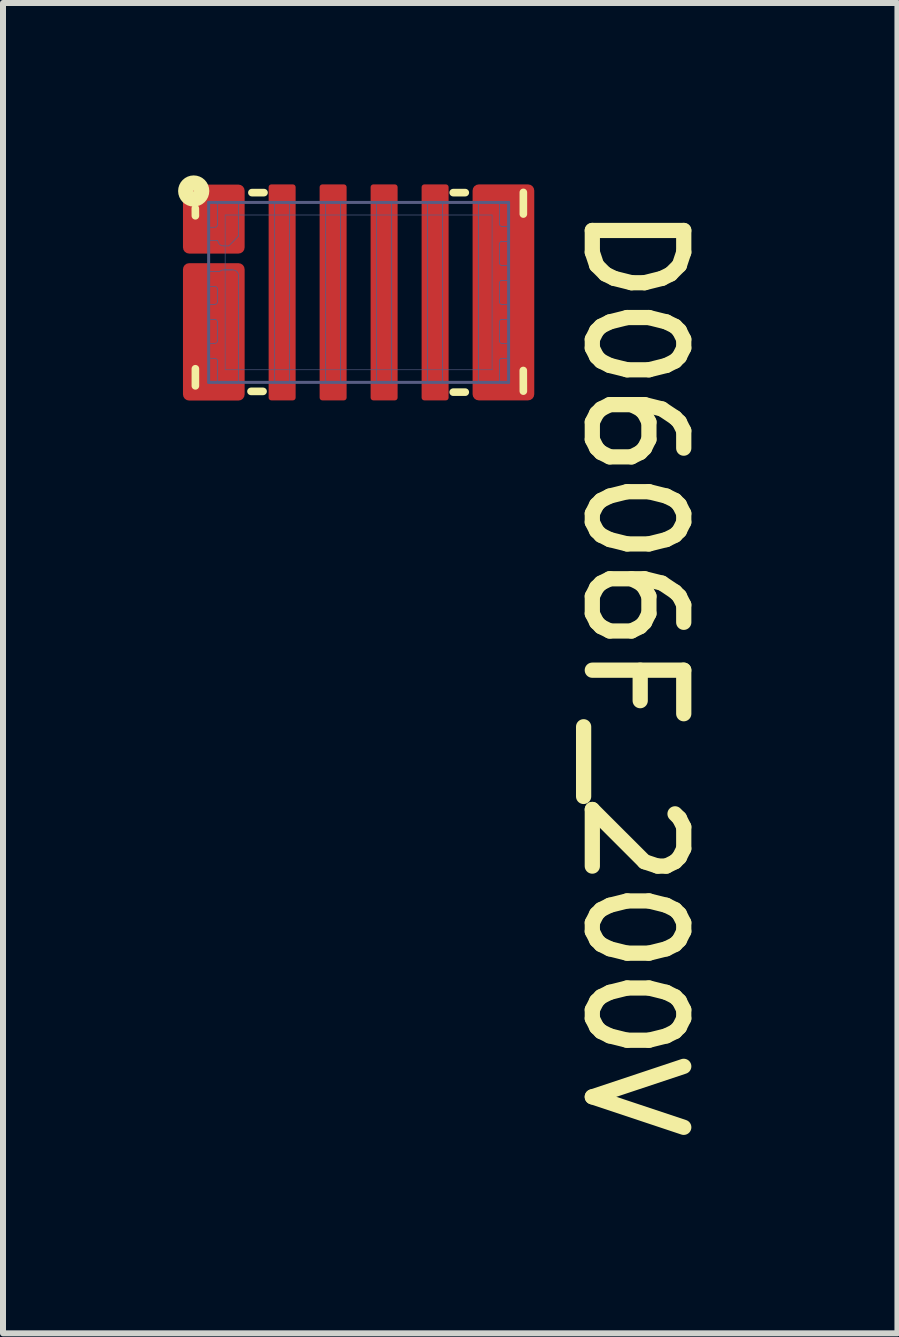
<source format=kicad_pcb>
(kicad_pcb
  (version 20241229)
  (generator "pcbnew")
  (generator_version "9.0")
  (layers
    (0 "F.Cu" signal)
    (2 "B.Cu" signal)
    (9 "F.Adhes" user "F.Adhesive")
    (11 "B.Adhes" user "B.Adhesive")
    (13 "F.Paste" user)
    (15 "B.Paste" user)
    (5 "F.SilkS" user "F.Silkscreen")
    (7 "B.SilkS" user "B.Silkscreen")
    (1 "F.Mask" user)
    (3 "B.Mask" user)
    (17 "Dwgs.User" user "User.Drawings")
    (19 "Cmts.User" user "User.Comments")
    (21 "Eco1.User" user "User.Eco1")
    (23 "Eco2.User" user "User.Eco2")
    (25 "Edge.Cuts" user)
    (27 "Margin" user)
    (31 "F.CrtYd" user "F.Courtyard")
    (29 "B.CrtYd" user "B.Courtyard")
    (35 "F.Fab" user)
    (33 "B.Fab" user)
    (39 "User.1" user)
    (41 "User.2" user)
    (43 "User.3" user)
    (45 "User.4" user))
  (footprint "D0606F_200V"
    (layer "F.Cu")
    (at 2.928 1.824)
    (property "Reference" "D0606F_200V" (at 3.696 -1.562 270) (unlocked yes) (layer "F.SilkS") (effects (font (size 1.524 1.524) (thickness 0.254)) (justify left bottom)))
    (attr smd)
    (fp_poly (pts (xy -2.657 -0.844) (xy -2.019 -0.844) (xy -2.019 -1.106) (xy -2.657 -1.106)) (stroke (width 0.087) (type solid)) (fill yes) (layer "F.Mask"))
    (fp_poly (pts (xy -2.657 -0.094) (xy -2.019 -0.094) (xy -2.019 -0.356) (xy -2.657 -0.356)) (stroke (width 0.087) (type solid)) (fill yes) (layer "F.Mask"))
    (fp_poly (pts (xy -2.657 0.456) (xy -2.019 0.456) (xy -2.019 0.194) (xy -2.657 0.194)) (stroke (width 0.087) (type solid)) (fill yes) (layer "F.Mask"))
    (fp_poly (pts (xy -2.657 1.106) (xy -2.019 1.106) (xy -2.019 0.844) (xy -2.657 0.844)) (stroke (width 0.087) (type solid)) (fill yes) (layer "F.Mask"))
    (fp_poly (pts (xy -2.025 -0.764) (xy -2.025 -1.649) (xy -2.325 -1.649) (xy -2.325 -0.764)) (stroke (width 0.1) (type solid)) (fill yes) (layer "F.Mask"))
    (fp_poly (pts (xy -2.025 1.65) (xy -2.025 -0.325) (xy -2.325 -0.325) (xy -2.325 1.65)) (stroke (width 0.1) (type solid)) (fill yes) (layer "F.Mask"))
    (fp_poly (pts (xy -1.163 1.663) (xy -1.163 -1.663) (xy -1.387 -1.663) (xy -1.387 1.663)) (stroke (width 0.075) (type solid)) (fill yes) (layer "F.Mask"))
    (fp_poly (pts (xy -0.312 1.663) (xy -0.312 -1.663) (xy -0.537 -1.663) (xy -0.537 1.663)) (stroke (width 0.075) (type solid)) (fill yes) (layer "F.Mask"))
    (fp_poly (pts (xy 0.537 1.663) (xy 0.537 -1.663) (xy 0.312 -1.663) (xy 0.312 1.663)) (stroke (width 0.075) (type solid)) (fill yes) (layer "F.Mask"))
    (fp_poly (pts (xy 1.387 1.663) (xy 1.387 -1.663) (xy 1.163 -1.663) (xy 1.163 1.663)) (stroke (width 0.075) (type solid)) (fill yes) (layer "F.Mask"))
    (fp_poly (pts (xy 2.325 1.65) (xy 2.325 -1.65) (xy 2.026 -1.65) (xy 2.026 1.65)) (stroke (width 0.1) (type solid)) (fill yes) (layer "F.Mask"))
    (fp_poly (pts (xy 2.654 -1.114) (xy 2.022 -1.114) (xy 2.022 -0.836) (xy 2.654 -0.836)) (stroke (width 0.092) (type solid)) (fill yes) (layer "F.Mask"))
    (fp_poly (pts (xy 2.654 -0.464) (xy 2.022 -0.464) (xy 2.022 -0.186) (xy 2.654 -0.186)) (stroke (width 0.092) (type solid)) (fill yes) (layer "F.Mask"))
    (fp_poly (pts (xy 2.654 0.186) (xy 2.022 0.186) (xy 2.022 0.464) (xy 2.654 0.464)) (stroke (width 0.092) (type solid)) (fill yes) (layer "F.Mask"))
    (fp_poly (pts (xy 2.654 0.836) (xy 2.022 0.836) (xy 2.022 1.114) (xy 2.654 1.114)) (stroke (width 0.092) (type solid)) (fill yes) (layer "F.Mask"))
    (fp_line (start -2.722 -1.399) (end -2.721 -1.277) (stroke (width 0.127) (type solid)) (layer "F.SilkS"))
    (fp_line (start -2.721 1.273) (end -2.721 1.558) (stroke (width 0.127) (type solid)) (layer "F.SilkS"))
    (fp_line (start -1.794 1.65) (end -1.593 1.65) (stroke (width 0.127) (type solid)) (layer "F.SilkS"))
    (fp_line (start -1.779 -1.663) (end -1.577 -1.663) (stroke (width 0.127) (type solid)) (layer "F.SilkS"))
    (fp_line (start 1.577 -1.663) (end 1.778 -1.663) (stroke (width 0.127) (type solid)) (layer "F.SilkS"))
    (fp_line (start 1.577 1.663) (end 1.778 1.663) (stroke (width 0.127) (type solid)) (layer "F.SilkS"))
    (fp_line (start 2.745 1.302) (end 2.746 1.646) (stroke (width 0.127) (type solid)) (layer "F.SilkS"))
    (fp_line (start 2.746 -1.667) (end 2.746 -1.306) (stroke (width 0.127) (type solid)) (layer "F.SilkS"))
    (fp_circle (center -2.749 -1.69) (end -2.743 -1.69) (stroke (width 0.254) (type solid)) (fill no) (layer "F.SilkS"))
    (fp_poly (pts (xy -2.691 -1.091) (xy -2.691 -0.859) (xy -2.553 -0.859) (xy -2.553 -1.091)) (stroke (width 0.138) (type solid)) (fill yes) (layer "F.Paste"))
    (fp_poly (pts (xy -2.691 -0.342) (xy -2.691 -0.109) (xy -2.553 -0.109) (xy -2.553 -0.342)) (stroke (width 0.138) (type solid)) (fill yes) (layer "F.Paste"))
    (fp_poly (pts (xy -2.691 0.208) (xy -2.691 0.441) (xy -2.553 0.441) (xy -2.553 0.208)) (stroke (width 0.138) (type solid)) (fill yes) (layer "F.Paste"))
    (fp_poly (pts (xy -2.691 0.858) (xy -2.691 1.091) (xy -2.553 1.091) (xy -2.553 0.858)) (stroke (width 0.138) (type solid)) (fill yes) (layer "F.Paste"))
    (fp_poly (pts (xy -2.223 -1.617) (xy -2.223 -0.807) (xy -2.058 -0.807) (xy -2.058 -1.617)) (stroke (width 0.165) (type solid)) (fill yes) (layer "F.Paste"))
    (fp_poly (pts (xy -2.223 -0.318) (xy -2.223 0.417) (xy -2.058 0.417) (xy -2.058 -0.318)) (stroke (width 0.165) (type solid)) (fill yes) (layer "F.Paste"))
    (fp_poly (pts (xy -2.223 0.782) (xy -2.223 1.617) (xy -2.058 1.617) (xy -2.058 0.782)) (stroke (width 0.165) (type solid)) (fill yes) (layer "F.Paste"))
    (fp_poly (pts (xy -1.225 -0.25) (xy -1.225 -1.65) (xy -1.325 -1.65) (xy -1.325 -0.25)) (stroke (width 0.1) (type solid)) (fill yes) (layer "F.Paste"))
    (fp_poly (pts (xy -1.225 1.65) (xy -1.225 0.25) (xy -1.325 0.25) (xy -1.325 1.65)) (stroke (width 0.1) (type solid)) (fill yes) (layer "F.Paste"))
    (fp_poly (pts (xy -0.375 -0.25) (xy -0.375 -1.65) (xy -0.475 -1.65) (xy -0.475 -0.25)) (stroke (width 0.1) (type solid)) (fill yes) (layer "F.Paste"))
    (fp_poly (pts (xy -0.375 1.65) (xy -0.375 0.25) (xy -0.475 0.25) (xy -0.475 1.65)) (stroke (width 0.1) (type solid)) (fill yes) (layer "F.Paste"))
    (fp_poly (pts (xy 0.475 -0.25) (xy 0.475 -1.65) (xy 0.375 -1.65) (xy 0.375 -0.25)) (stroke (width 0.1) (type solid)) (fill yes) (layer "F.Paste"))
    (fp_poly (pts (xy 0.475 1.65) (xy 0.475 0.25) (xy 0.375 0.25) (xy 0.375 1.65)) (stroke (width 0.1) (type solid)) (fill yes) (layer "F.Paste"))
    (fp_poly (pts (xy 1.325 -0.25) (xy 1.325 -1.65) (xy 1.225 -1.65) (xy 1.225 -0.25)) (stroke (width 0.1) (type solid)) (fill yes) (layer "F.Paste"))
    (fp_poly (pts (xy 1.325 1.65) (xy 1.325 0.25) (xy 1.225 0.25) (xy 1.225 1.65)) (stroke (width 0.1) (type solid)) (fill yes) (layer "F.Paste"))
    (fp_poly (pts (xy 2.223 -0.782) (xy 2.223 -1.617) (xy 2.058 -1.617) (xy 2.058 -0.782)) (stroke (width 0.165) (type solid)) (fill yes) (layer "F.Paste"))
    (fp_poly (pts (xy 2.223 0.417) (xy 2.223 -0.417) (xy 2.058 -0.417) (xy 2.058 0.417)) (stroke (width 0.165) (type solid)) (fill yes) (layer "F.Paste"))
    (fp_poly (pts (xy 2.223 1.617) (xy 2.223 0.782) (xy 2.058 0.782) (xy 2.058 1.617)) (stroke (width 0.165) (type solid)) (fill yes) (layer "F.Paste"))
    (fp_poly (pts (xy 2.691 -0.859) (xy 2.691 -1.091) (xy 2.553 -1.091) (xy 2.553 -0.859)) (stroke (width 0.138) (type solid)) (fill yes) (layer "F.Paste"))
    (fp_poly (pts (xy 2.691 -0.209) (xy 2.691 -0.441) (xy 2.553 -0.441) (xy 2.553 -0.209)) (stroke (width 0.138) (type solid)) (fill yes) (layer "F.Paste"))
    (fp_poly (pts (xy 2.691 0.441) (xy 2.691 0.209) (xy 2.553 0.209) (xy 2.553 0.441)) (stroke (width 0.138) (type solid)) (fill yes) (layer "F.Paste"))
    (fp_poly (pts (xy 2.691 1.091) (xy 2.691 0.859) (xy 2.553 0.859) (xy 2.553 1.091)) (stroke (width 0.138) (type solid)) (fill yes) (layer "F.Paste"))
    (fp_line (start -2.5 -1.5) (end -2.5 1.5) (stroke (width 0.05) (type solid)) (layer "B.Fab"))
    (fp_line (start -2.5 -1.5) (end 2.5 -1.5) (stroke (width 0.05) (type solid)) (layer "B.Fab"))
    (fp_line (start -2.5 -1.085) (end -2.5 -0.865) (stroke (width 0.013) (type solid)) (layer "B.Fab"))
    (fp_line (start -2.5 -1.085) (end -2.4 -1.085) (stroke (width 0.013) (type solid)) (layer "B.Fab"))
    (fp_line (start -2.5 -0.865) (end -2.349 -0.865) (stroke (width 0.013) (type solid)) (layer "B.Fab"))
    (fp_line (start -2.5 0.2) (end -2.5 0.45) (stroke (width 0.013) (type solid)) (layer "B.Fab"))
    (fp_line (start -2.5 0.2) (end -2.4 0.2) (stroke (width 0.013) (type solid)) (layer "B.Fab"))
    (fp_line (start -2.5 0.45) (end -2.4 0.45) (stroke (width 0.013) (type solid)) (layer "B.Fab"))
    (fp_line (start -2.5 0.85) (end -2.5 1.1) (stroke (width 0.013) (type solid)) (layer "B.Fab"))
    (fp_line (start -2.5 0.85) (end -2.4 0.85) (stroke (width 0.013) (type solid)) (layer "B.Fab"))
    (fp_line (start -2.5 1.1) (end -2.4 1.1) (stroke (width 0.013) (type solid)) (layer "B.Fab"))
    (fp_line (start -2.5 1.5) (end 2.5 1.5) (stroke (width 0.05) (type solid)) (layer "B.Fab"))
    (fp_line (start -2.5 -0.35) (end -2.5 -0.1) (stroke (width 0.013) (type solid)) (layer "B.Fab"))
    (fp_line (start -2.5 -0.35) (end -2.316 -0.35) (stroke (width 0.013) (type solid)) (layer "B.Fab"))
    (fp_line (start -2.5 -0.1) (end -2.4 -0.1) (stroke (width 0.013) (type solid)) (layer "B.Fab"))
    (fp_line (start -2.35 -1.5) (end -2.35 -1.135) (stroke (width 0.013) (type solid)) (layer "B.Fab"))
    (fp_line (start -2.35 -1.5) (end -2 -1.5) (stroke (width 0.013) (type solid)) (layer "B.Fab"))
    (fp_line (start -2.35 -0.05) (end -2.35 0.15) (stroke (width 0.013) (type solid)) (layer "B.Fab"))
    (fp_line (start -2.35 0.5) (end -2.35 0.8) (stroke (width 0.013) (type solid)) (layer "B.Fab"))
    (fp_line (start -2.35 1.15) (end -2.35 1.5) (stroke (width 0.013) (type solid)) (layer "B.Fab"))
    (fp_line (start -2.35 1.5) (end -2 1.5) (stroke (width 0.013) (type solid)) (layer "B.Fab"))
    (fp_line (start -2.325 -1.5) (end -2.025 -1.5) (stroke (width 0.013) (type solid)) (layer "B.Fab"))
    (fp_line (start -2.325 1.5) (end -2.025 1.5) (stroke (width 0.013) (type solid)) (layer "B.Fab"))
    (fp_line (start -2.325 1.5) (end -2.025 1.5) (stroke (width 0.013) (type solid)) (layer "B.Fab"))
    (fp_line (start -2.25 -0.775) (end -2.165 -0.775) (stroke (width 0.013) (type solid)) (layer "B.Fab"))
    (fp_line (start -2.25 -0.375) (end -2.1 -0.375) (stroke (width 0.013) (type solid)) (layer "B.Fab"))
    (fp_line (start -2.235 -0.375) (end -2.115 -0.375) (stroke (width 0.013) (type solid)) (layer "B.Fab"))
    (fp_line (start -2.225 -1.29) (end -2.225 1.29) (stroke (width 0.01) (type solid)) (layer "B.Fab"))
    (fp_line (start -2.225 -1.29) (end 2.225 -1.29) (stroke (width 0.01) (type solid)) (layer "B.Fab"))
    (fp_line (start -2.225 1.29) (end 2.225 1.29) (stroke (width 0.01) (type solid)) (layer "B.Fab"))
    (fp_line (start -2 -1.5) (end -2 -0.94) (stroke (width 0.013) (type solid)) (layer "B.Fab"))
    (fp_line (start -2 -0.94) (end -2.165 -0.775) (stroke (width 0.013) (type solid)) (layer "B.Fab"))
    (fp_line (start -2 -0.275) (end -2 1.5) (stroke (width 0.013) (type solid)) (layer "B.Fab"))
    (fp_line (start -1.4 -1.5) (end -1.4 1.5) (stroke (width 0.013) (type solid)) (layer "B.Fab"))
    (fp_line (start -1.4 -1.5) (end -1.15 -1.5) (stroke (width 0.013) (type solid)) (layer "B.Fab"))
    (fp_line (start -1.4 1.5) (end -1.15 1.5) (stroke (width 0.013) (type solid)) (layer "B.Fab"))
    (fp_line (start -1.15 -1.5) (end -1.15 1.5) (stroke (width 0.013) (type solid)) (layer "B.Fab"))
    (fp_line (start -0.55 -1.5) (end -0.55 1.5) (stroke (width 0.013) (type solid)) (layer "B.Fab"))
    (fp_line (start -0.55 -1.5) (end -0.3 -1.5) (stroke (width 0.013) (type solid)) (layer "B.Fab"))
    (fp_line (start -0.55 1.5) (end -0.3 1.5) (stroke (width 0.013) (type solid)) (layer "B.Fab"))
    (fp_line (start -0.3 -1.5) (end -0.3 1.5) (stroke (width 0.013) (type solid)) (layer "B.Fab"))
    (fp_line (start 0.3 -1.5) (end 0.3 1.5) (stroke (width 0.013) (type solid)) (layer "B.Fab"))
    (fp_line (start 0.3 -1.5) (end 0.55 -1.5) (stroke (width 0.013) (type solid)) (layer "B.Fab"))
    (fp_line (start 0.3 1.5) (end 0.55 1.5) (stroke (width 0.013) (type solid)) (layer "B.Fab"))
    (fp_line (start 0.55 -1.5) (end 0.55 1.5) (stroke (width 0.013) (type solid)) (layer "B.Fab"))
    (fp_line (start 1.15 -1.5) (end 1.15 1.5) (stroke (width 0.013) (type solid)) (layer "B.Fab"))
    (fp_line (start 1.15 -1.5) (end 1.4 -1.5) (stroke (width 0.013) (type solid)) (layer "B.Fab"))
    (fp_line (start 1.15 1.5) (end 1.4 1.5) (stroke (width 0.013) (type solid)) (layer "B.Fab"))
    (fp_line (start 1.4 -1.5) (end 1.4 1.5) (stroke (width 0.013) (type solid)) (layer "B.Fab"))
    (fp_line (start 2 -1.5) (end 2 1.5) (stroke (width 0.013) (type solid)) (layer "B.Fab"))
    (fp_line (start 2 -1.5) (end 2.35 -1.5) (stroke (width 0.013) (type solid)) (layer "B.Fab"))
    (fp_line (start 2 1.5) (end 2.35 1.5) (stroke (width 0.013) (type solid)) (layer "B.Fab"))
    (fp_line (start 2.225 -1.29) (end 2.225 1.29) (stroke (width 0.01) (type solid)) (layer "B.Fab"))
    (fp_line (start 2.35 -1.5) (end 2.35 -1.135) (stroke (width 0.013) (type solid)) (layer "B.Fab"))
    (fp_line (start 2.35 -0.815) (end 2.35 -0.485) (stroke (width 0.013) (type solid)) (layer "B.Fab"))
    (fp_line (start 2.35 -0.165) (end 2.35 0.165) (stroke (width 0.013) (type solid)) (layer "B.Fab"))
    (fp_line (start 2.35 0.485) (end 2.35 0.815) (stroke (width 0.013) (type solid)) (layer "B.Fab"))
    (fp_line (start 2.35 1.135) (end 2.35 1.5) (stroke (width 0.013) (type solid)) (layer "B.Fab"))
    (fp_line (start 2.385 -1.1) (end 2.5 -1.1) (stroke (width 0.013) (type solid)) (layer "B.Fab"))
    (fp_line (start 2.385 -0.85) (end 2.5 -0.85) (stroke (width 0.013) (type solid)) (layer "B.Fab"))
    (fp_line (start 2.385 -0.45) (end 2.5 -0.45) (stroke (width 0.013) (type solid)) (layer "B.Fab"))
    (fp_line (start 2.385 -0.2) (end 2.5 -0.2) (stroke (width 0.013) (type solid)) (layer "B.Fab"))
    (fp_line (start 2.385 0.2) (end 2.5 0.2) (stroke (width 0.013) (type solid)) (layer "B.Fab"))
    (fp_line (start 2.385 0.45) (end 2.5 0.45) (stroke (width 0.013) (type solid)) (layer "B.Fab"))
    (fp_line (start 2.385 0.85) (end 2.5 0.85) (stroke (width 0.013) (type solid)) (layer "B.Fab"))
    (fp_line (start 2.385 1.1) (end 2.5 1.1) (stroke (width 0.013) (type solid)) (layer "B.Fab"))
    (fp_line (start 2.5 -1.5) (end 2.5 1.5) (stroke (width 0.05) (type solid)) (layer "B.Fab"))
    (fp_line (start 2.5 -1.1) (end 2.5 -0.85) (stroke (width 0.013) (type solid)) (layer "B.Fab"))
    (fp_line (start 2.5 -0.45) (end 2.5 -0.2) (stroke (width 0.013) (type solid)) (layer "B.Fab"))
    (fp_line (start 2.5 0.2) (end 2.5 0.45) (stroke (width 0.013) (type solid)) (layer "B.Fab"))
    (fp_line (start 2.5 0.85) (end 2.5 1.1) (stroke (width 0.013) (type solid)) (layer "B.Fab"))
    (fp_arc (start -2.4 -0.1) (mid -2.364645 -0.085355) (end -2.35 -0.05) (stroke (width 0.0127) (type solid)) (layer "B.Fab"))
    (fp_arc (start -2.4 0.45) (mid -2.364645 0.464645) (end -2.35 0.5) (stroke (width 0.0127) (type solid)) (layer "B.Fab"))
    (fp_arc (start -2.4 1.1) (mid -2.364645 1.114645) (end -2.35 1.15) (stroke (width 0.0127) (type solid)) (layer "B.Fab"))
    (fp_arc (start -2.35 -1.135) (mid -2.364645 -1.099645) (end -2.4 -1.085) (stroke (width 0.0127) (type solid)) (layer "B.Fab"))
    (fp_arc (start -2.35 0.15) (mid -2.364645 0.185355) (end -2.4 0.2) (stroke (width 0.0127) (type solid)) (layer "B.Fab"))
    (fp_arc (start -2.35 0.8) (mid -2.364645 0.835355) (end -2.4 0.85) (stroke (width 0.0127) (type solid)) (layer "B.Fab"))
    (fp_arc (start -2.316145 -0.349999) (mid -2.285357 -0.368541) (end -2.250002 -0.375) (stroke (width 0.0127) (type solid)) (layer "B.Fab"))
    (fp_arc (start -2.250001 -0.775) (mid -2.317083 -0.800839) (end -2.349499 -0.865001) (stroke (width 0.0127) (type solid)) (layer "B.Fab"))
    (fp_arc (start -2.1 -0.375) (mid -2.029289 -0.345711) (end -2 -0.275) (stroke (width 0.0127) (type solid)) (layer "B.Fab"))
    (fp_arc (start 2.35 -0.814999) (mid 2.360251 -0.839748) (end 2.384999 -0.85) (stroke (width 0.0127) (type solid)) (layer "B.Fab"))
    (fp_arc (start 2.35 -0.165) (mid 2.360251 -0.189749) (end 2.385 -0.2) (stroke (width 0.0127) (type solid)) (layer "B.Fab"))
    (fp_arc (start 2.35 0.485001) (mid 2.360251 0.460252) (end 2.384999 0.45) (stroke (width 0.0127) (type solid)) (layer "B.Fab"))
    (fp_arc (start 2.35 1.135) (mid 2.360251 1.110251) (end 2.385 1.1) (stroke (width 0.0127) (type solid)) (layer "B.Fab"))
    (fp_arc (start 2.384999 -0.45) (mid 2.360251 -0.460252) (end 2.35 -0.485001) (stroke (width 0.0127) (type solid)) (layer "B.Fab"))
    (fp_arc (start 2.384999 0.85) (mid 2.360251 0.839748) (end 2.35 0.814999) (stroke (width 0.0127) (type solid)) (layer "B.Fab"))
    (fp_arc (start 2.385 -1.1) (mid 2.360251 -1.110251) (end 2.35 -1.135) (stroke (width 0.0127) (type solid)) (layer "B.Fab"))
    (fp_arc (start 2.385 0.2) (mid 2.360251 0.189749) (end 2.35 0.165) (stroke (width 0.0127) (type solid)) (layer "B.Fab"))
    (pad "1" smd roundrect (at -2.414 -1.222) (size 1.028 1.15) (layers "F.Cu" "F.Mask" "F.Paste") (roundrect_rratio 0.1))
    (pad "2" smd roundrect (at -2.414 0.658) (size 1.028 2.29) (layers "F.Cu" "F.Mask" "F.Paste") (roundrect_rratio 0.1))
    (pad "3" smd roundrect (at -1.275 0) (size 0.45 3.6) (layers "F.Cu" "F.Mask" "F.Paste") (roundrect_rratio 0.1))
    (pad "4" smd roundrect (at -0.425 0) (size 0.45 3.6) (layers "F.Cu" "F.Mask" "F.Paste") (roundrect_rratio 0.1))
    (pad "5" smd roundrect (at 0.425 0) (size 0.45 3.6) (layers "F.Cu" "F.Mask" "F.Paste") (roundrect_rratio 0.1))
    (pad "6" smd roundrect (at 1.275 0) (size 0.45 3.6) (layers "F.Cu" "F.Mask" "F.Paste") (roundrect_rratio 0.1))
    (pad "7" smd roundrect (at 2.414 0) (size 1.028 3.6) (layers "F.Cu" "F.Mask" "F.Paste") (roundrect_rratio 0.1)))
  (gr_rect
    (start -3 -3)
    (end 11.91 19.176)
    (stroke (width 0.1) (type default))
    (fill no)
    (layer "Edge.Cuts")))
</source>
